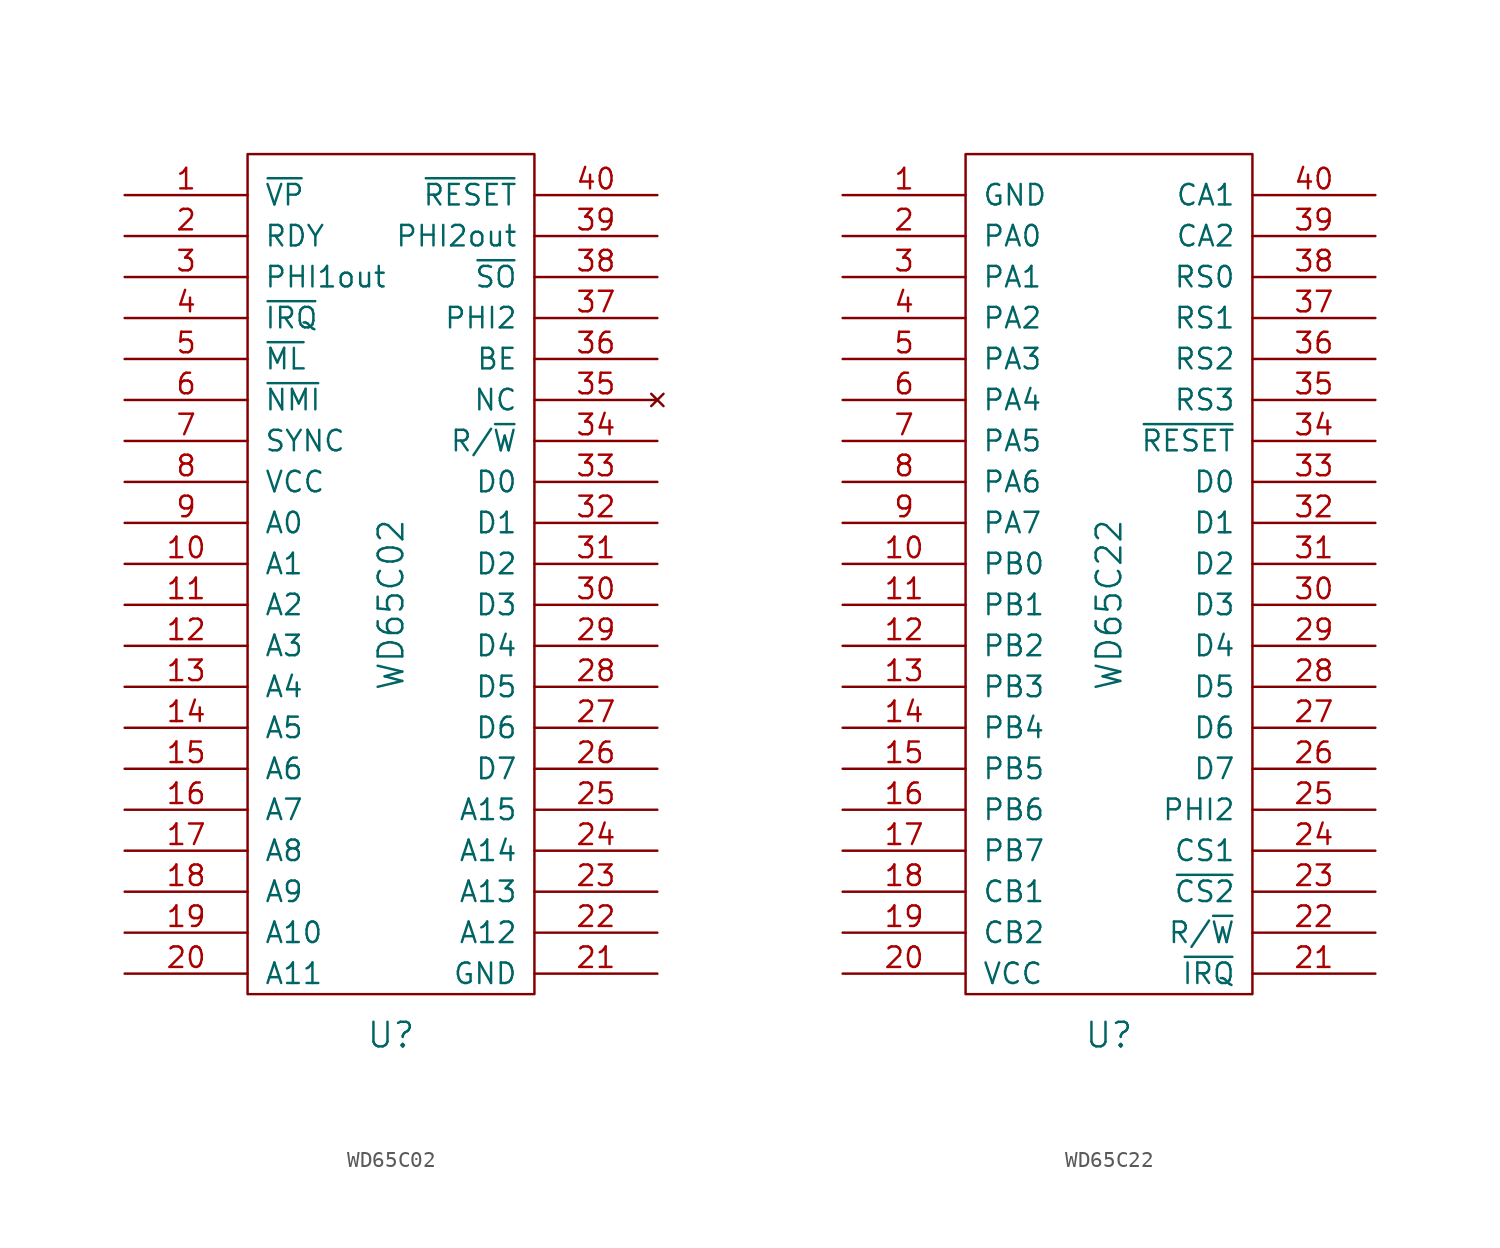
<source format=kicad_sym>
(kicad_symbol_lib
  (version 20220914)
  (generator kicad_symbol_editor)
  (symbol "WD65C02"
    (pin_names
      (offset 1.016))
    (property "Reference" "U"
      (at 0 -29.21 0)
      (effects (font (size 1.524 1.524))))
    (property "Value" "WD65C02"
      (at 0 -2.54 90)
      (effects (font (size 1.524 1.524))))
    (property "Footprint" ""
      (at -12.7 5.08 0)
      (effects (font (size 1.524 1.524))))
    (property "Datasheet" ""
      (at -12.7 5.08 0)
      (effects (font (size 1.524 1.524))))
    (symbol "WD65C02_0_1"
      (rectangle (start -8.89 25.4) (end 8.89 -26.67) (stroke (width 0) (type solid)) (fill (type none))))
    (symbol "WD65C02_1_1"
      (pin output line (at -16.51 22.86 0) (length 7.62) (name "~{VP}" (effects (font (size 1.27 1.27)))) (number "1" (effects (font (size 1.27 1.27)))))
      (pin output line (at -16.51 0 0) (length 7.62) (name "A1" (effects (font (size 1.27 1.27)))) (number "10" (effects (font (size 1.27 1.27)))))
      (pin output line (at -16.51 -2.54 0) (length 7.62) (name "A2" (effects (font (size 1.27 1.27)))) (number "11" (effects (font (size 1.27 1.27)))))
      (pin output line (at -16.51 -5.08 0) (length 7.62) (name "A3" (effects (font (size 1.27 1.27)))) (number "12" (effects (font (size 1.27 1.27)))))
      (pin output line (at -16.51 -7.62 0) (length 7.62) (name "A4" (effects (font (size 1.27 1.27)))) (number "13" (effects (font (size 1.27 1.27)))))
      (pin output line (at -16.51 -10.16 0) (length 7.62) (name "A5" (effects (font (size 1.27 1.27)))) (number "14" (effects (font (size 1.27 1.27)))))
      (pin output line (at -16.51 -12.7 0) (length 7.62) (name "A6" (effects (font (size 1.27 1.27)))) (number "15" (effects (font (size 1.27 1.27)))))
      (pin output line (at -16.51 -15.24 0) (length 7.62) (name "A7" (effects (font (size 1.27 1.27)))) (number "16" (effects (font (size 1.27 1.27)))))
      (pin output line (at -16.51 -17.78 0) (length 7.62) (name "A8" (effects (font (size 1.27 1.27)))) (number "17" (effects (font (size 1.27 1.27)))))
      (pin output line (at -16.51 -20.32 0) (length 7.62) (name "A9" (effects (font (size 1.27 1.27)))) (number "18" (effects (font (size 1.27 1.27)))))
      (pin output line (at -16.51 -22.86 0) (length 7.62) (name "A10" (effects (font (size 1.27 1.27)))) (number "19" (effects (font (size 1.27 1.27)))))
      (pin bidirectional line (at -16.51 20.32 0) (length 7.62) (name "RDY" (effects (font (size 1.27 1.27)))) (number "2" (effects (font (size 1.27 1.27)))))
      (pin output line (at -16.51 -25.4 0) (length 7.62) (name "A11" (effects (font (size 1.27 1.27)))) (number "20" (effects (font (size 1.27 1.27)))))
      (pin power_in line (at 16.51 -25.4 180) (length 7.62) (name "GND" (effects (font (size 1.27 1.27)))) (number "21" (effects (font (size 1.27 1.27)))))
      (pin output line (at 16.51 -22.86 180) (length 7.62) (name "A12" (effects (font (size 1.27 1.27)))) (number "22" (effects (font (size 1.27 1.27)))))
      (pin output line (at 16.51 -20.32 180) (length 7.62) (name "A13" (effects (font (size 1.27 1.27)))) (number "23" (effects (font (size 1.27 1.27)))))
      (pin output line (at 16.51 -17.78 180) (length 7.62) (name "A14" (effects (font (size 1.27 1.27)))) (number "24" (effects (font (size 1.27 1.27)))))
      (pin output line (at 16.51 -15.24 180) (length 7.62) (name "A15" (effects (font (size 1.27 1.27)))) (number "25" (effects (font (size 1.27 1.27)))))
      (pin tri_state line (at 16.51 -12.7 180) (length 7.62) (name "D7" (effects (font (size 1.27 1.27)))) (number "26" (effects (font (size 1.27 1.27)))))
      (pin tri_state line (at 16.51 -10.16 180) (length 7.62) (name "D6" (effects (font (size 1.27 1.27)))) (number "27" (effects (font (size 1.27 1.27)))))
      (pin tri_state line (at 16.51 -7.62 180) (length 7.62) (name "D5" (effects (font (size 1.27 1.27)))) (number "28" (effects (font (size 1.27 1.27)))))
      (pin tri_state line (at 16.51 -5.08 180) (length 7.62) (name "D4" (effects (font (size 1.27 1.27)))) (number "29" (effects (font (size 1.27 1.27)))))
      (pin output line (at -16.51 17.78 0) (length 7.62) (name "PHI1out" (effects (font (size 1.27 1.27)))) (number "3" (effects (font (size 1.27 1.27)))))
      (pin tri_state line (at 16.51 -2.54 180) (length 7.62) (name "D3" (effects (font (size 1.27 1.27)))) (number "30" (effects (font (size 1.27 1.27)))))
      (pin tri_state line (at 16.51 0 180) (length 7.62) (name "D2" (effects (font (size 1.27 1.27)))) (number "31" (effects (font (size 1.27 1.27)))))
      (pin tri_state line (at 16.51 2.54 180) (length 7.62) (name "D1" (effects (font (size 1.27 1.27)))) (number "32" (effects (font (size 1.27 1.27)))))
      (pin tri_state line (at 16.51 5.08 180) (length 7.62) (name "D0" (effects (font (size 1.27 1.27)))) (number "33" (effects (font (size 1.27 1.27)))))
      (pin output line (at 16.51 7.62 180) (length 7.62) (name "R/~{W}" (effects (font (size 1.27 1.27)))) (number "34" (effects (font (size 1.27 1.27)))))
      (pin no_connect line (at 16.51 10.16 180) (length 7.62) (name "NC" (effects (font (size 1.27 1.27)))) (number "35" (effects (font (size 1.27 1.27)))))
      (pin input line (at 16.51 12.7 180) (length 7.62) (name "BE" (effects (font (size 1.27 1.27)))) (number "36" (effects (font (size 1.27 1.27)))))
      (pin input line (at 16.51 15.24 180) (length 7.62) (name "PHI2" (effects (font (size 1.27 1.27)))) (number "37" (effects (font (size 1.27 1.27)))))
      (pin output line (at 16.51 17.78 180) (length 7.62) (name "~{SO}" (effects (font (size 1.27 1.27)))) (number "38" (effects (font (size 1.27 1.27)))))
      (pin output line (at 16.51 20.32 180) (length 7.62) (name "PHI2out" (effects (font (size 1.27 1.27)))) (number "39" (effects (font (size 1.27 1.27)))))
      (pin input line (at -16.51 15.24 0) (length 7.62) (name "~{IRQ}" (effects (font (size 1.27 1.27)))) (number "4" (effects (font (size 1.27 1.27)))))
      (pin input line (at 16.51 22.86 180) (length 7.62) (name "~{RESET}" (effects (font (size 1.27 1.27)))) (number "40" (effects (font (size 1.27 1.27)))))
      (pin output line (at -16.51 12.7 0) (length 7.62) (name "~{ML}" (effects (font (size 1.27 1.27)))) (number "5" (effects (font (size 1.27 1.27)))))
      (pin input line (at -16.51 10.16 0) (length 7.62) (name "~{NMI}" (effects (font (size 1.27 1.27)))) (number "6" (effects (font (size 1.27 1.27)))))
      (pin output line (at -16.51 7.62 0) (length 7.62) (name "SYNC" (effects (font (size 1.27 1.27)))) (number "7" (effects (font (size 1.27 1.27)))))
      (pin power_in line (at -16.51 5.08 0) (length 7.62) (name "VCC" (effects (font (size 1.27 1.27)))) (number "8" (effects (font (size 1.27 1.27)))))
      (pin output line (at -16.51 2.54 0) (length 7.62) (name "A0" (effects (font (size 1.27 1.27)))) (number "9" (effects (font (size 1.27 1.27)))))))
  (symbol "WD65C22"
    (pin_names
      (offset 1.016))
    (property "Reference" "U"
      (at 0 -29.21 0)
      (effects (font (size 1.524 1.524))))
    (property "Value" "WD65C22"
      (at 0 -2.54 90)
      (effects (font (size 1.524 1.524))))
    (property "Footprint" ""
      (at -12.7 5.08 0)
      (effects (font (size 1.524 1.524))))
    (property "Datasheet" ""
      (at -12.7 5.08 0)
      (effects (font (size 1.524 1.524))))
    (symbol "WD65C22_0_1"
      (rectangle (start -8.89 25.4) (end 8.89 -26.67) (stroke (width 0) (type solid)) (fill (type none))))
    (symbol "WD65C22_1_1"
      (pin power_in line (at -16.51 22.86 0) (length 7.62) (name "GND" (effects (font (size 1.27 1.27)))) (number "1" (effects (font (size 1.27 1.27)))))
      (pin bidirectional line (at -16.51 0 0) (length 7.62) (name "PB0" (effects (font (size 1.27 1.27)))) (number "10" (effects (font (size 1.27 1.27)))))
      (pin bidirectional line (at -16.51 -2.54 0) (length 7.62) (name "PB1" (effects (font (size 1.27 1.27)))) (number "11" (effects (font (size 1.27 1.27)))))
      (pin bidirectional line (at -16.51 -5.08 0) (length 7.62) (name "PB2" (effects (font (size 1.27 1.27)))) (number "12" (effects (font (size 1.27 1.27)))))
      (pin bidirectional line (at -16.51 -7.62 0) (length 7.62) (name "PB3" (effects (font (size 1.27 1.27)))) (number "13" (effects (font (size 1.27 1.27)))))
      (pin bidirectional line (at -16.51 -10.16 0) (length 7.62) (name "PB4" (effects (font (size 1.27 1.27)))) (number "14" (effects (font (size 1.27 1.27)))))
      (pin bidirectional line (at -16.51 -12.7 0) (length 7.62) (name "PB5" (effects (font (size 1.27 1.27)))) (number "15" (effects (font (size 1.27 1.27)))))
      (pin bidirectional line (at -16.51 -15.24 0) (length 7.62) (name "PB6" (effects (font (size 1.27 1.27)))) (number "16" (effects (font (size 1.27 1.27)))))
      (pin bidirectional line (at -16.51 -17.78 0) (length 7.62) (name "PB7" (effects (font (size 1.27 1.27)))) (number "17" (effects (font (size 1.27 1.27)))))
      (pin bidirectional line (at -16.51 -20.32 0) (length 7.62) (name "CB1" (effects (font (size 1.27 1.27)))) (number "18" (effects (font (size 1.27 1.27)))))
      (pin output line (at -16.51 -22.86 0) (length 7.62) (name "CB2" (effects (font (size 1.27 1.27)))) (number "19" (effects (font (size 1.27 1.27)))))
      (pin bidirectional line (at -16.51 20.32 0) (length 7.62) (name "PA0" (effects (font (size 1.27 1.27)))) (number "2" (effects (font (size 1.27 1.27)))))
      (pin power_in line (at -16.51 -25.4 0) (length 7.62) (name "VCC" (effects (font (size 1.27 1.27)))) (number "20" (effects (font (size 1.27 1.27)))))
      (pin output line (at 16.51 -25.4 180) (length 7.62) (name "~{IRQ}" (effects (font (size 1.27 1.27)))) (number "21" (effects (font (size 1.27 1.27)))))
      (pin input line (at 16.51 -22.86 180) (length 7.62) (name "R/~{W}" (effects (font (size 1.27 1.27)))) (number "22" (effects (font (size 1.27 1.27)))))
      (pin input line (at 16.51 -20.32 180) (length 7.62) (name "~{CS2}" (effects (font (size 1.27 1.27)))) (number "23" (effects (font (size 1.27 1.27)))))
      (pin input line (at 16.51 -17.78 180) (length 7.62) (name "CS1" (effects (font (size 1.27 1.27)))) (number "24" (effects (font (size 1.27 1.27)))))
      (pin input line (at 16.51 -15.24 180) (length 7.62) (name "PHI2" (effects (font (size 1.27 1.27)))) (number "25" (effects (font (size 1.27 1.27)))))
      (pin tri_state line (at 16.51 -12.7 180) (length 7.62) (name "D7" (effects (font (size 1.27 1.27)))) (number "26" (effects (font (size 1.27 1.27)))))
      (pin tri_state line (at 16.51 -10.16 180) (length 7.62) (name "D6" (effects (font (size 1.27 1.27)))) (number "27" (effects (font (size 1.27 1.27)))))
      (pin tri_state line (at 16.51 -7.62 180) (length 7.62) (name "D5" (effects (font (size 1.27 1.27)))) (number "28" (effects (font (size 1.27 1.27)))))
      (pin tri_state line (at 16.51 -5.08 180) (length 7.62) (name "D4" (effects (font (size 1.27 1.27)))) (number "29" (effects (font (size 1.27 1.27)))))
      (pin bidirectional line (at -16.51 17.78 0) (length 7.62) (name "PA1" (effects (font (size 1.27 1.27)))) (number "3" (effects (font (size 1.27 1.27)))))
      (pin tri_state line (at 16.51 -2.54 180) (length 7.62) (name "D3" (effects (font (size 1.27 1.27)))) (number "30" (effects (font (size 1.27 1.27)))))
      (pin tri_state line (at 16.51 0 180) (length 7.62) (name "D2" (effects (font (size 1.27 1.27)))) (number "31" (effects (font (size 1.27 1.27)))))
      (pin tri_state line (at 16.51 2.54 180) (length 7.62) (name "D1" (effects (font (size 1.27 1.27)))) (number "32" (effects (font (size 1.27 1.27)))))
      (pin tri_state line (at 16.51 5.08 180) (length 7.62) (name "D0" (effects (font (size 1.27 1.27)))) (number "33" (effects (font (size 1.27 1.27)))))
      (pin input line (at 16.51 7.62 180) (length 7.62) (name "~{RESET}" (effects (font (size 1.27 1.27)))) (number "34" (effects (font (size 1.27 1.27)))))
      (pin input line (at 16.51 10.16 180) (length 7.62) (name "RS3" (effects (font (size 1.27 1.27)))) (number "35" (effects (font (size 1.27 1.27)))))
      (pin input line (at 16.51 12.7 180) (length 7.62) (name "RS2" (effects (font (size 1.27 1.27)))) (number "36" (effects (font (size 1.27 1.27)))))
      (pin input line (at 16.51 15.24 180) (length 7.62) (name "RS1" (effects (font (size 1.27 1.27)))) (number "37" (effects (font (size 1.27 1.27)))))
      (pin input line (at 16.51 17.78 180) (length 7.62) (name "RS0" (effects (font (size 1.27 1.27)))) (number "38" (effects (font (size 1.27 1.27)))))
      (pin bidirectional line (at 16.51 20.32 180) (length 7.62) (name "CA2" (effects (font (size 1.27 1.27)))) (number "39" (effects (font (size 1.27 1.27)))))
      (pin bidirectional line (at -16.51 15.24 0) (length 7.62) (name "PA2" (effects (font (size 1.27 1.27)))) (number "4" (effects (font (size 1.27 1.27)))))
      (pin bidirectional line (at 16.51 22.86 180) (length 7.62) (name "CA1" (effects (font (size 1.27 1.27)))) (number "40" (effects (font (size 1.27 1.27)))))
      (pin bidirectional line (at -16.51 12.7 0) (length 7.62) (name "PA3" (effects (font (size 1.27 1.27)))) (number "5" (effects (font (size 1.27 1.27)))))
      (pin bidirectional line (at -16.51 10.16 0) (length 7.62) (name "PA4" (effects (font (size 1.27 1.27)))) (number "6" (effects (font (size 1.27 1.27)))))
      (pin bidirectional line (at -16.51 7.62 0) (length 7.62) (name "PA5" (effects (font (size 1.27 1.27)))) (number "7" (effects (font (size 1.27 1.27)))))
      (pin bidirectional line (at -16.51 5.08 0) (length 7.62) (name "PA6" (effects (font (size 1.27 1.27)))) (number "8" (effects (font (size 1.27 1.27)))))
      (pin bidirectional line (at -16.51 2.54 0) (length 7.62) (name "PA7" (effects (font (size 1.27 1.27)))) (number "9" (effects (font (size 1.27 1.27))))))))
</source>
